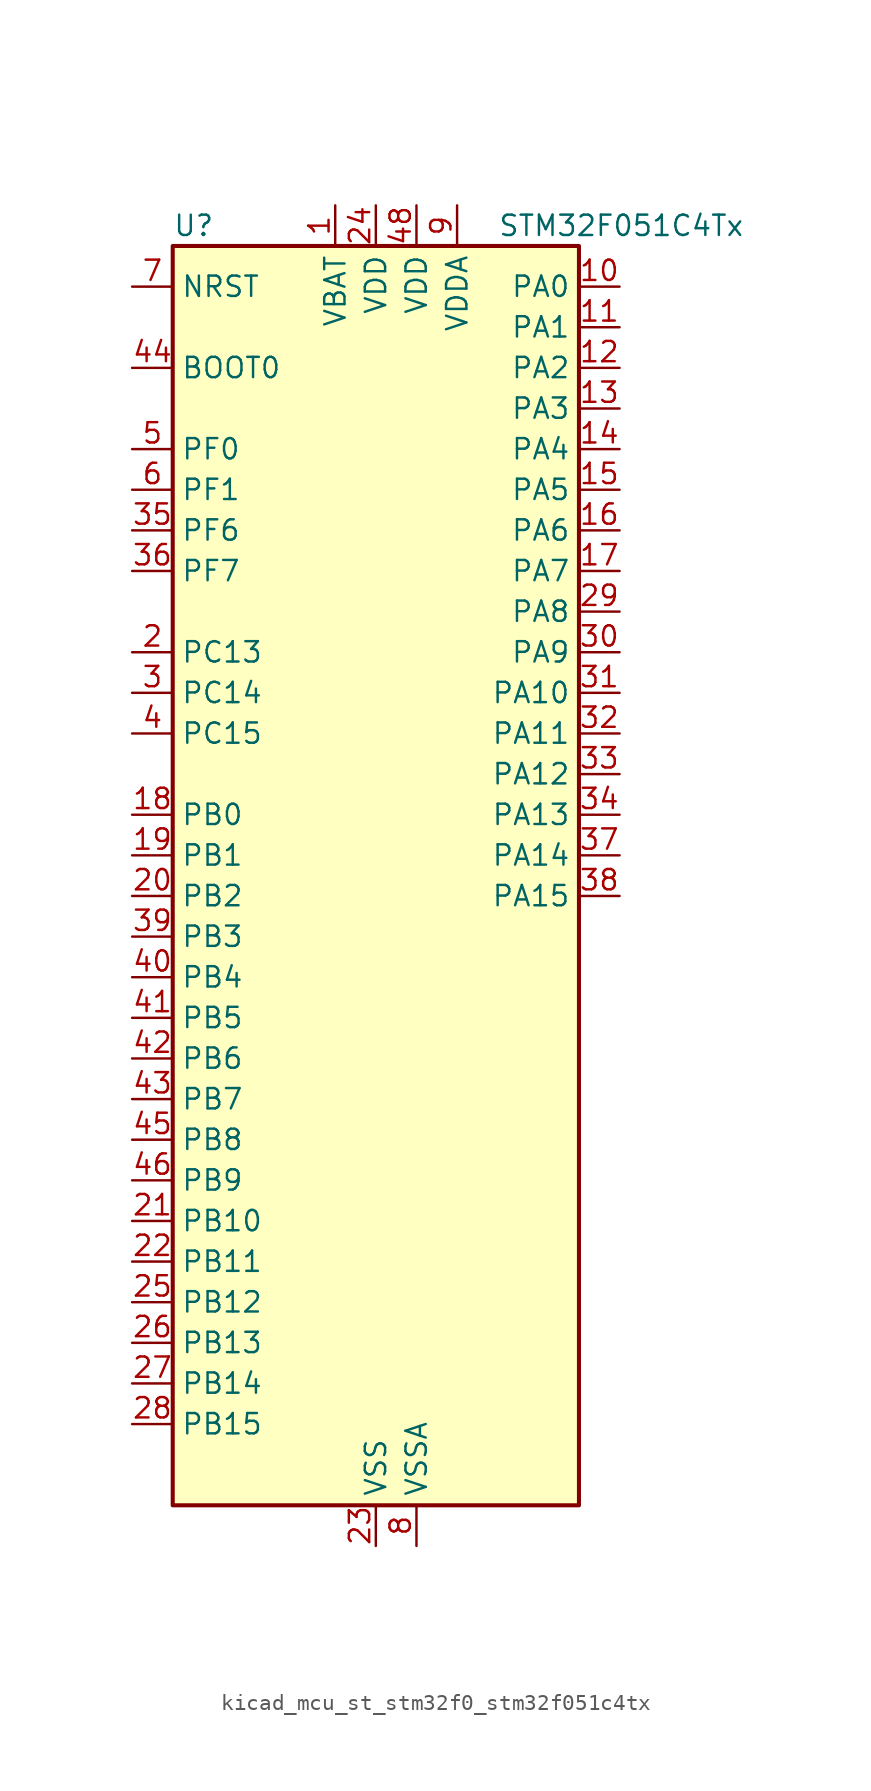
<source format=kicad_sym>
(kicad_symbol_lib
  (version 20220914)
  (generator kicad_symbol_editor)
  (symbol "kicad_mcu_st_stm32f0_stm32f051c4tx"
    (property "Reference" "U"
      (at -12.7 41.91 0)
      (effects (font (size 1.27 1.27)) (justify left)))
    (property "Value" "STM32F051C4Tx"
      (at 7.62 41.91 0)
      (effects (font (size 1.27 1.27)) (justify left)))
    (property "ki_locked" ""
      (at 0 0 0)
      (effects (font (size 1.27 1.27))))
    (symbol "kicad_mcu_st_stm32f0_stm32f051c4tx_0_1"
      (rectangle (start -12.7 -38.1) (end 12.7 40.64) (stroke (width 0.254) (type default)) (fill (type background))))
    (symbol "kicad_mcu_st_stm32f0_stm32f051c4tx_1_1"
      (pin power_in line (at -2.54 43.18 270) (length 2.54) (name "VBAT" (effects (font (size 1.27 1.27)))) (number "1" (effects (font (size 1.27 1.27)))))
      (pin bidirectional line (at 15.24 38.1 180) (length 2.54) (name "PA0" (effects (font (size 1.27 1.27)))) (number "10" (effects (font (size 1.27 1.27)))) (alternate "ADC_IN0" bidirectional line) (alternate "COMP1_INM" bidirectional line) (alternate "COMP1_OUT" bidirectional line) (alternate "RTC_TAMP2" bidirectional line) (alternate "SYS_WKUP1" bidirectional line) (alternate "TIM2_CH1" bidirectional line) (alternate "TIM2_ETR" bidirectional line) (alternate "TSC_G1_IO1" bidirectional line))
      (pin bidirectional line (at 15.24 35.56 180) (length 2.54) (name "PA1" (effects (font (size 1.27 1.27)))) (number "11" (effects (font (size 1.27 1.27)))) (alternate "ADC_IN1" bidirectional line) (alternate "COMP1_INP" bidirectional line) (alternate "TIM2_CH2" bidirectional line) (alternate "TSC_G1_IO2" bidirectional line))
      (pin bidirectional line (at 15.24 33.02 180) (length 2.54) (name "PA2" (effects (font (size 1.27 1.27)))) (number "12" (effects (font (size 1.27 1.27)))) (alternate "ADC_IN2" bidirectional line) (alternate "COMP2_INM" bidirectional line) (alternate "COMP2_OUT" bidirectional line) (alternate "TIM15_CH1" bidirectional line) (alternate "TIM2_CH3" bidirectional line) (alternate "TSC_G1_IO3" bidirectional line))
      (pin bidirectional line (at 15.24 30.48 180) (length 2.54) (name "PA3" (effects (font (size 1.27 1.27)))) (number "13" (effects (font (size 1.27 1.27)))) (alternate "ADC_IN3" bidirectional line) (alternate "COMP2_INP" bidirectional line) (alternate "TIM15_CH2" bidirectional line) (alternate "TIM2_CH4" bidirectional line) (alternate "TSC_G1_IO4" bidirectional line))
      (pin bidirectional line (at 15.24 27.94 180) (length 2.54) (name "PA4" (effects (font (size 1.27 1.27)))) (number "14" (effects (font (size 1.27 1.27)))) (alternate "ADC_IN4" bidirectional line) (alternate "COMP1_INM" bidirectional line) (alternate "COMP2_INM" bidirectional line) (alternate "DAC1_OUT1" bidirectional line) (alternate "I2S1_WS" bidirectional line) (alternate "SPI1_NSS" bidirectional line) (alternate "TIM14_CH1" bidirectional line) (alternate "TSC_G2_IO1" bidirectional line))
      (pin bidirectional line (at 15.24 25.4 180) (length 2.54) (name "PA5" (effects (font (size 1.27 1.27)))) (number "15" (effects (font (size 1.27 1.27)))) (alternate "ADC_IN5" bidirectional line) (alternate "CEC" bidirectional line) (alternate "COMP1_INM" bidirectional line) (alternate "COMP2_INM" bidirectional line) (alternate "I2S1_CK" bidirectional line) (alternate "SPI1_SCK" bidirectional line) (alternate "TIM2_CH1" bidirectional line) (alternate "TIM2_ETR" bidirectional line) (alternate "TSC_G2_IO2" bidirectional line))
      (pin bidirectional line (at 15.24 22.86 180) (length 2.54) (name "PA6" (effects (font (size 1.27 1.27)))) (number "16" (effects (font (size 1.27 1.27)))) (alternate "ADC_IN6" bidirectional line) (alternate "COMP1_OUT" bidirectional line) (alternate "I2S1_MCK" bidirectional line) (alternate "SPI1_MISO" bidirectional line) (alternate "TIM16_CH1" bidirectional line) (alternate "TIM1_BKIN" bidirectional line) (alternate "TIM3_CH1" bidirectional line) (alternate "TSC_G2_IO3" bidirectional line))
      (pin bidirectional line (at 15.24 20.32 180) (length 2.54) (name "PA7" (effects (font (size 1.27 1.27)))) (number "17" (effects (font (size 1.27 1.27)))) (alternate "ADC_IN7" bidirectional line) (alternate "COMP2_OUT" bidirectional line) (alternate "I2S1_SD" bidirectional line) (alternate "SPI1_MOSI" bidirectional line) (alternate "TIM14_CH1" bidirectional line) (alternate "TIM17_CH1" bidirectional line) (alternate "TIM1_CH1N" bidirectional line) (alternate "TIM3_CH2" bidirectional line) (alternate "TSC_G2_IO4" bidirectional line))
      (pin bidirectional line (at -15.24 5.08 0) (length 2.54) (name "PB0" (effects (font (size 1.27 1.27)))) (number "18" (effects (font (size 1.27 1.27)))) (alternate "ADC_IN8" bidirectional line) (alternate "TIM1_CH2N" bidirectional line) (alternate "TIM3_CH3" bidirectional line) (alternate "TSC_G3_IO2" bidirectional line))
      (pin bidirectional line (at -15.24 2.54 0) (length 2.54) (name "PB1" (effects (font (size 1.27 1.27)))) (number "19" (effects (font (size 1.27 1.27)))) (alternate "ADC_IN9" bidirectional line) (alternate "TIM14_CH1" bidirectional line) (alternate "TIM1_CH3N" bidirectional line) (alternate "TIM3_CH4" bidirectional line) (alternate "TSC_G3_IO3" bidirectional line))
      (pin bidirectional line (at -15.24 15.24 0) (length 2.54) (name "PC13" (effects (font (size 1.27 1.27)))) (number "2" (effects (font (size 1.27 1.27)))) (alternate "RTC_OUT_ALARM" bidirectional line) (alternate "RTC_OUT_CALIB" bidirectional line) (alternate "RTC_TAMP1" bidirectional line) (alternate "RTC_TS" bidirectional line) (alternate "SYS_WKUP2" bidirectional line))
      (pin bidirectional line (at -15.24 0 0) (length 2.54) (name "PB2" (effects (font (size 1.27 1.27)))) (number "20" (effects (font (size 1.27 1.27)))) (alternate "TSC_G3_IO4" bidirectional line))
      (pin bidirectional line (at -15.24 -20.32 0) (length 2.54) (name "PB10" (effects (font (size 1.27 1.27)))) (number "21" (effects (font (size 1.27 1.27)))) (alternate "CEC" bidirectional line) (alternate "TIM2_CH3" bidirectional line) (alternate "TSC_SYNC" bidirectional line))
      (pin bidirectional line (at -15.24 -22.86 0) (length 2.54) (name "PB11" (effects (font (size 1.27 1.27)))) (number "22" (effects (font (size 1.27 1.27)))) (alternate "TIM2_CH4" bidirectional line) (alternate "TSC_G6_IO1" bidirectional line))
      (pin power_in line (at 0 -40.64 90) (length 2.54) (name "VSS" (effects (font (size 1.27 1.27)))) (number "23" (effects (font (size 1.27 1.27)))))
      (pin power_in line (at 0 43.18 270) (length 2.54) (name "VDD" (effects (font (size 1.27 1.27)))) (number "24" (effects (font (size 1.27 1.27)))))
      (pin bidirectional line (at -15.24 -25.4 0) (length 2.54) (name "PB12" (effects (font (size 1.27 1.27)))) (number "25" (effects (font (size 1.27 1.27)))) (alternate "TIM1_BKIN" bidirectional line) (alternate "TSC_G6_IO2" bidirectional line))
      (pin bidirectional line (at -15.24 -27.94 0) (length 2.54) (name "PB13" (effects (font (size 1.27 1.27)))) (number "26" (effects (font (size 1.27 1.27)))) (alternate "TIM1_CH1N" bidirectional line) (alternate "TSC_G6_IO3" bidirectional line))
      (pin bidirectional line (at -15.24 -30.48 0) (length 2.54) (name "PB14" (effects (font (size 1.27 1.27)))) (number "27" (effects (font (size 1.27 1.27)))) (alternate "TIM15_CH1" bidirectional line) (alternate "TIM1_CH2N" bidirectional line) (alternate "TSC_G6_IO4" bidirectional line))
      (pin bidirectional line (at -15.24 -33.02 0) (length 2.54) (name "PB15" (effects (font (size 1.27 1.27)))) (number "28" (effects (font (size 1.27 1.27)))) (alternate "RTC_REFIN" bidirectional line) (alternate "TIM15_CH1N" bidirectional line) (alternate "TIM15_CH2" bidirectional line) (alternate "TIM1_CH3N" bidirectional line))
      (pin bidirectional line (at 15.24 17.78 180) (length 2.54) (name "PA8" (effects (font (size 1.27 1.27)))) (number "29" (effects (font (size 1.27 1.27)))) (alternate "RCC_MCO" bidirectional line) (alternate "TIM1_CH1" bidirectional line) (alternate "USART1_CK" bidirectional line))
      (pin bidirectional line (at -15.24 12.7 0) (length 2.54) (name "PC14" (effects (font (size 1.27 1.27)))) (number "3" (effects (font (size 1.27 1.27)))) (alternate "RCC_OSC32_IN" bidirectional line))
      (pin bidirectional line (at 15.24 15.24 180) (length 2.54) (name "PA9" (effects (font (size 1.27 1.27)))) (number "30" (effects (font (size 1.27 1.27)))) (alternate "DAC1_EXTI9" bidirectional line) (alternate "TIM15_BKIN" bidirectional line) (alternate "TIM1_CH2" bidirectional line) (alternate "TSC_G4_IO1" bidirectional line) (alternate "USART1_TX" bidirectional line))
      (pin bidirectional line (at 15.24 12.7 180) (length 2.54) (name "PA10" (effects (font (size 1.27 1.27)))) (number "31" (effects (font (size 1.27 1.27)))) (alternate "TIM17_BKIN" bidirectional line) (alternate "TIM1_CH3" bidirectional line) (alternate "TSC_G4_IO2" bidirectional line) (alternate "USART1_RX" bidirectional line))
      (pin bidirectional line (at 15.24 10.16 180) (length 2.54) (name "PA11" (effects (font (size 1.27 1.27)))) (number "32" (effects (font (size 1.27 1.27)))) (alternate "COMP1_OUT" bidirectional line) (alternate "TIM1_CH4" bidirectional line) (alternate "TSC_G4_IO3" bidirectional line) (alternate "USART1_CTS" bidirectional line))
      (pin bidirectional line (at 15.24 7.62 180) (length 2.54) (name "PA12" (effects (font (size 1.27 1.27)))) (number "33" (effects (font (size 1.27 1.27)))) (alternate "COMP2_OUT" bidirectional line) (alternate "TIM1_ETR" bidirectional line) (alternate "TSC_G4_IO4" bidirectional line) (alternate "USART1_DE" bidirectional line) (alternate "USART1_RTS" bidirectional line))
      (pin bidirectional line (at 15.24 5.08 180) (length 2.54) (name "PA13" (effects (font (size 1.27 1.27)))) (number "34" (effects (font (size 1.27 1.27)))) (alternate "IR_OUT" bidirectional line) (alternate "SYS_SWDIO" bidirectional line))
      (pin bidirectional line (at -15.24 22.86 0) (length 2.54) (name "PF6" (effects (font (size 1.27 1.27)))) (number "35" (effects (font (size 1.27 1.27)))))
      (pin bidirectional line (at -15.24 20.32 0) (length 2.54) (name "PF7" (effects (font (size 1.27 1.27)))) (number "36" (effects (font (size 1.27 1.27)))))
      (pin bidirectional line (at 15.24 2.54 180) (length 2.54) (name "PA14" (effects (font (size 1.27 1.27)))) (number "37" (effects (font (size 1.27 1.27)))) (alternate "SYS_SWCLK" bidirectional line))
      (pin bidirectional line (at 15.24 0 180) (length 2.54) (name "PA15" (effects (font (size 1.27 1.27)))) (number "38" (effects (font (size 1.27 1.27)))) (alternate "I2S1_WS" bidirectional line) (alternate "SPI1_NSS" bidirectional line) (alternate "TIM2_CH1" bidirectional line) (alternate "TIM2_ETR" bidirectional line))
      (pin bidirectional line (at -15.24 -2.54 0) (length 2.54) (name "PB3" (effects (font (size 1.27 1.27)))) (number "39" (effects (font (size 1.27 1.27)))) (alternate "I2S1_CK" bidirectional line) (alternate "SPI1_SCK" bidirectional line) (alternate "TIM2_CH2" bidirectional line) (alternate "TSC_G5_IO1" bidirectional line))
      (pin bidirectional line (at -15.24 10.16 0) (length 2.54) (name "PC15" (effects (font (size 1.27 1.27)))) (number "4" (effects (font (size 1.27 1.27)))) (alternate "RCC_OSC32_OUT" bidirectional line))
      (pin bidirectional line (at -15.24 -5.08 0) (length 2.54) (name "PB4" (effects (font (size 1.27 1.27)))) (number "40" (effects (font (size 1.27 1.27)))) (alternate "I2S1_MCK" bidirectional line) (alternate "SPI1_MISO" bidirectional line) (alternate "TIM3_CH1" bidirectional line) (alternate "TSC_G5_IO2" bidirectional line))
      (pin bidirectional line (at -15.24 -7.62 0) (length 2.54) (name "PB5" (effects (font (size 1.27 1.27)))) (number "41" (effects (font (size 1.27 1.27)))) (alternate "I2C1_SMBA" bidirectional line) (alternate "I2S1_SD" bidirectional line) (alternate "SPI1_MOSI" bidirectional line) (alternate "TIM16_BKIN" bidirectional line) (alternate "TIM3_CH2" bidirectional line))
      (pin bidirectional line (at -15.24 -10.16 0) (length 2.54) (name "PB6" (effects (font (size 1.27 1.27)))) (number "42" (effects (font (size 1.27 1.27)))) (alternate "I2C1_SCL" bidirectional line) (alternate "TIM16_CH1N" bidirectional line) (alternate "TSC_G5_IO3" bidirectional line) (alternate "USART1_TX" bidirectional line))
      (pin bidirectional line (at -15.24 -12.7 0) (length 2.54) (name "PB7" (effects (font (size 1.27 1.27)))) (number "43" (effects (font (size 1.27 1.27)))) (alternate "I2C1_SDA" bidirectional line) (alternate "TIM17_CH1N" bidirectional line) (alternate "TSC_G5_IO4" bidirectional line) (alternate "USART1_RX" bidirectional line))
      (pin input line (at -15.24 33.02 0) (length 2.54) (name "BOOT0" (effects (font (size 1.27 1.27)))) (number "44" (effects (font (size 1.27 1.27)))))
      (pin bidirectional line (at -15.24 -15.24 0) (length 2.54) (name "PB8" (effects (font (size 1.27 1.27)))) (number "45" (effects (font (size 1.27 1.27)))) (alternate "CEC" bidirectional line) (alternate "I2C1_SCL" bidirectional line) (alternate "TIM16_CH1" bidirectional line) (alternate "TSC_SYNC" bidirectional line))
      (pin bidirectional line (at -15.24 -17.78 0) (length 2.54) (name "PB9" (effects (font (size 1.27 1.27)))) (number "46" (effects (font (size 1.27 1.27)))) (alternate "DAC1_EXTI9" bidirectional line) (alternate "I2C1_SDA" bidirectional line) (alternate "IR_OUT" bidirectional line) (alternate "TIM17_CH1" bidirectional line))
      (pin passive line (at 0 -40.64 90) (length 2.54) hide (name "VSS" (effects (font (size 1.27 1.27)))) (number "47" (effects (font (size 1.27 1.27)))))
      (pin power_in line (at 2.54 43.18 270) (length 2.54) (name "VDD" (effects (font (size 1.27 1.27)))) (number "48" (effects (font (size 1.27 1.27)))))
      (pin bidirectional line (at -15.24 27.94 0) (length 2.54) (name "PF0" (effects (font (size 1.27 1.27)))) (number "5" (effects (font (size 1.27 1.27)))) (alternate "RCC_OSC_IN" bidirectional line))
      (pin bidirectional line (at -15.24 25.4 0) (length 2.54) (name "PF1" (effects (font (size 1.27 1.27)))) (number "6" (effects (font (size 1.27 1.27)))) (alternate "RCC_OSC_OUT" bidirectional line))
      (pin input line (at -15.24 38.1 0) (length 2.54) (name "NRST" (effects (font (size 1.27 1.27)))) (number "7" (effects (font (size 1.27 1.27)))))
      (pin power_in line (at 2.54 -40.64 90) (length 2.54) (name "VSSA" (effects (font (size 1.27 1.27)))) (number "8" (effects (font (size 1.27 1.27)))))
      (pin power_in line (at 5.08 43.18 270) (length 2.54) (name "VDDA" (effects (font (size 1.27 1.27)))) (number "9" (effects (font (size 1.27 1.27))))))))
</source>
